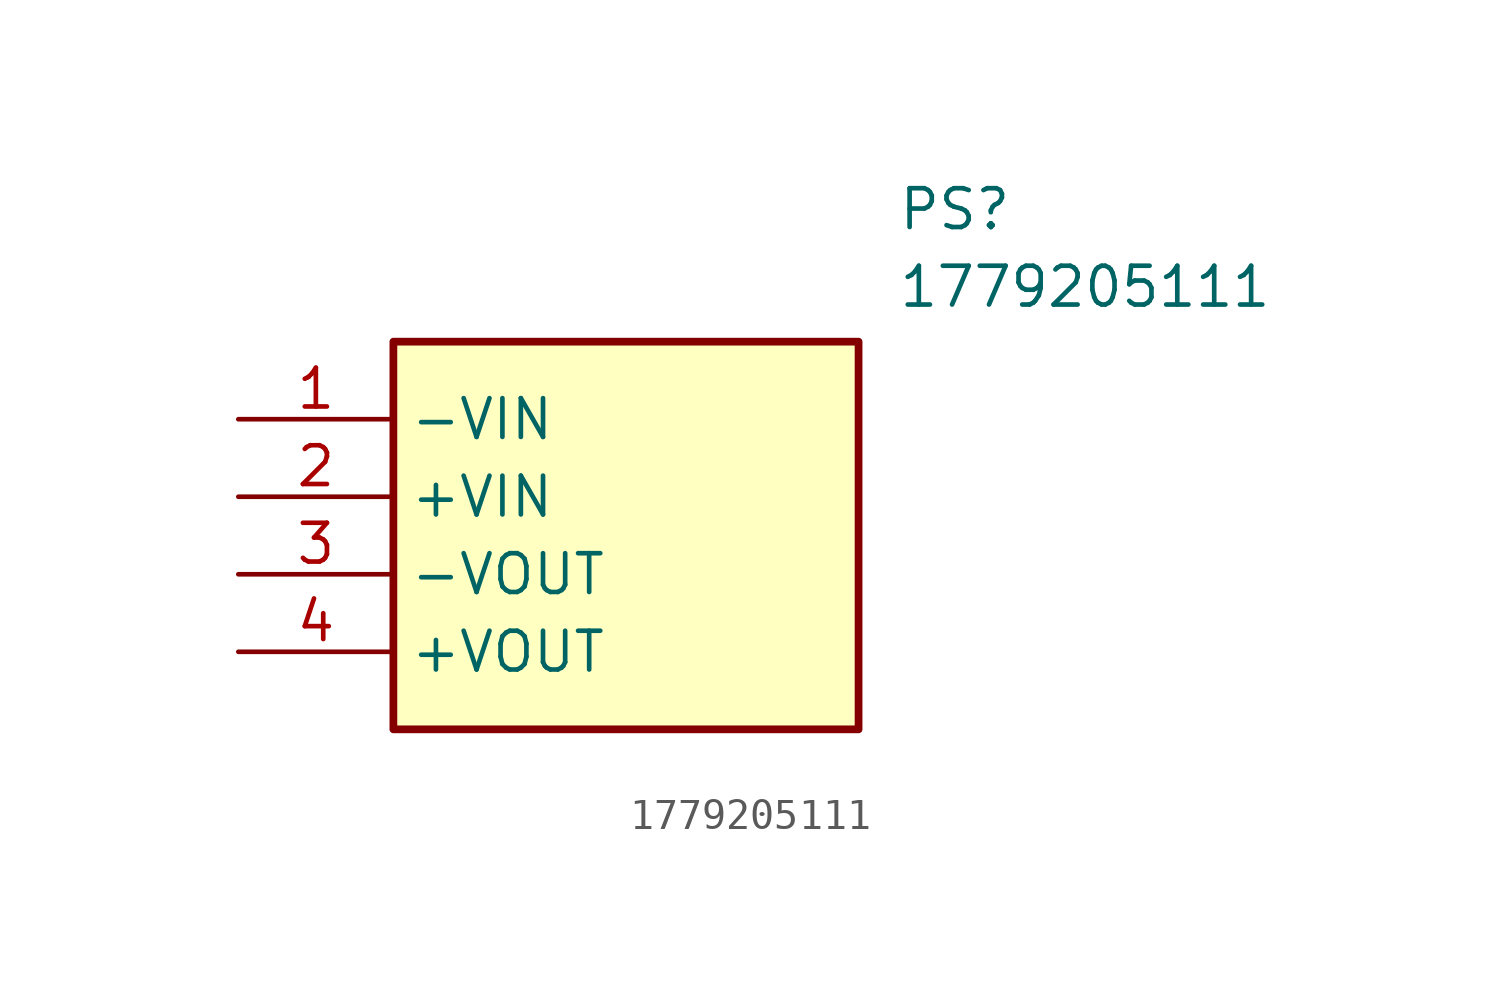
<source format=kicad_sym>
(kicad_symbol_lib
  (version 20211014)
  (generator SamacSys_ECAD_Model)
  (symbol "1779205111"
    (property "Reference" "PS"
      (at 21.59 7.62 0)
      (effects (font (size 1.27 1.27)) (justify left top)))
    (property "Value" "1779205111"
      (at 21.59 5.08 0)
      (effects (font (size 1.27 1.27)) (justify left top)))
    (rectangle
      (start 5.08 2.54)
      (end 20.32 -10.16)
      (stroke (width 0.254) (type default))
      (fill (type background)))
    (pin passive line
      (at 0 0 0)
      (length 5.08)
      (name "-VIN" (effects (font (size 1.27 1.27))))
      (number "1" (effects (font (size 1.27 1.27)))))
    (pin passive line
      (at 0 -2.54 0)
      (length 5.08)
      (name "+VIN" (effects (font (size 1.27 1.27))))
      (number "2" (effects (font (size 1.27 1.27)))))
    (pin passive line
      (at 0 -5.08 0)
      (length 5.08)
      (name "-VOUT" (effects (font (size 1.27 1.27))))
      (number "3" (effects (font (size 1.27 1.27)))))
    (pin passive line
      (at 0 -7.62 0)
      (length 5.08)
      (name "+VOUT" (effects (font (size 1.27 1.27))))
      (number "4" (effects (font (size 1.27 1.27)))))))
</source>
